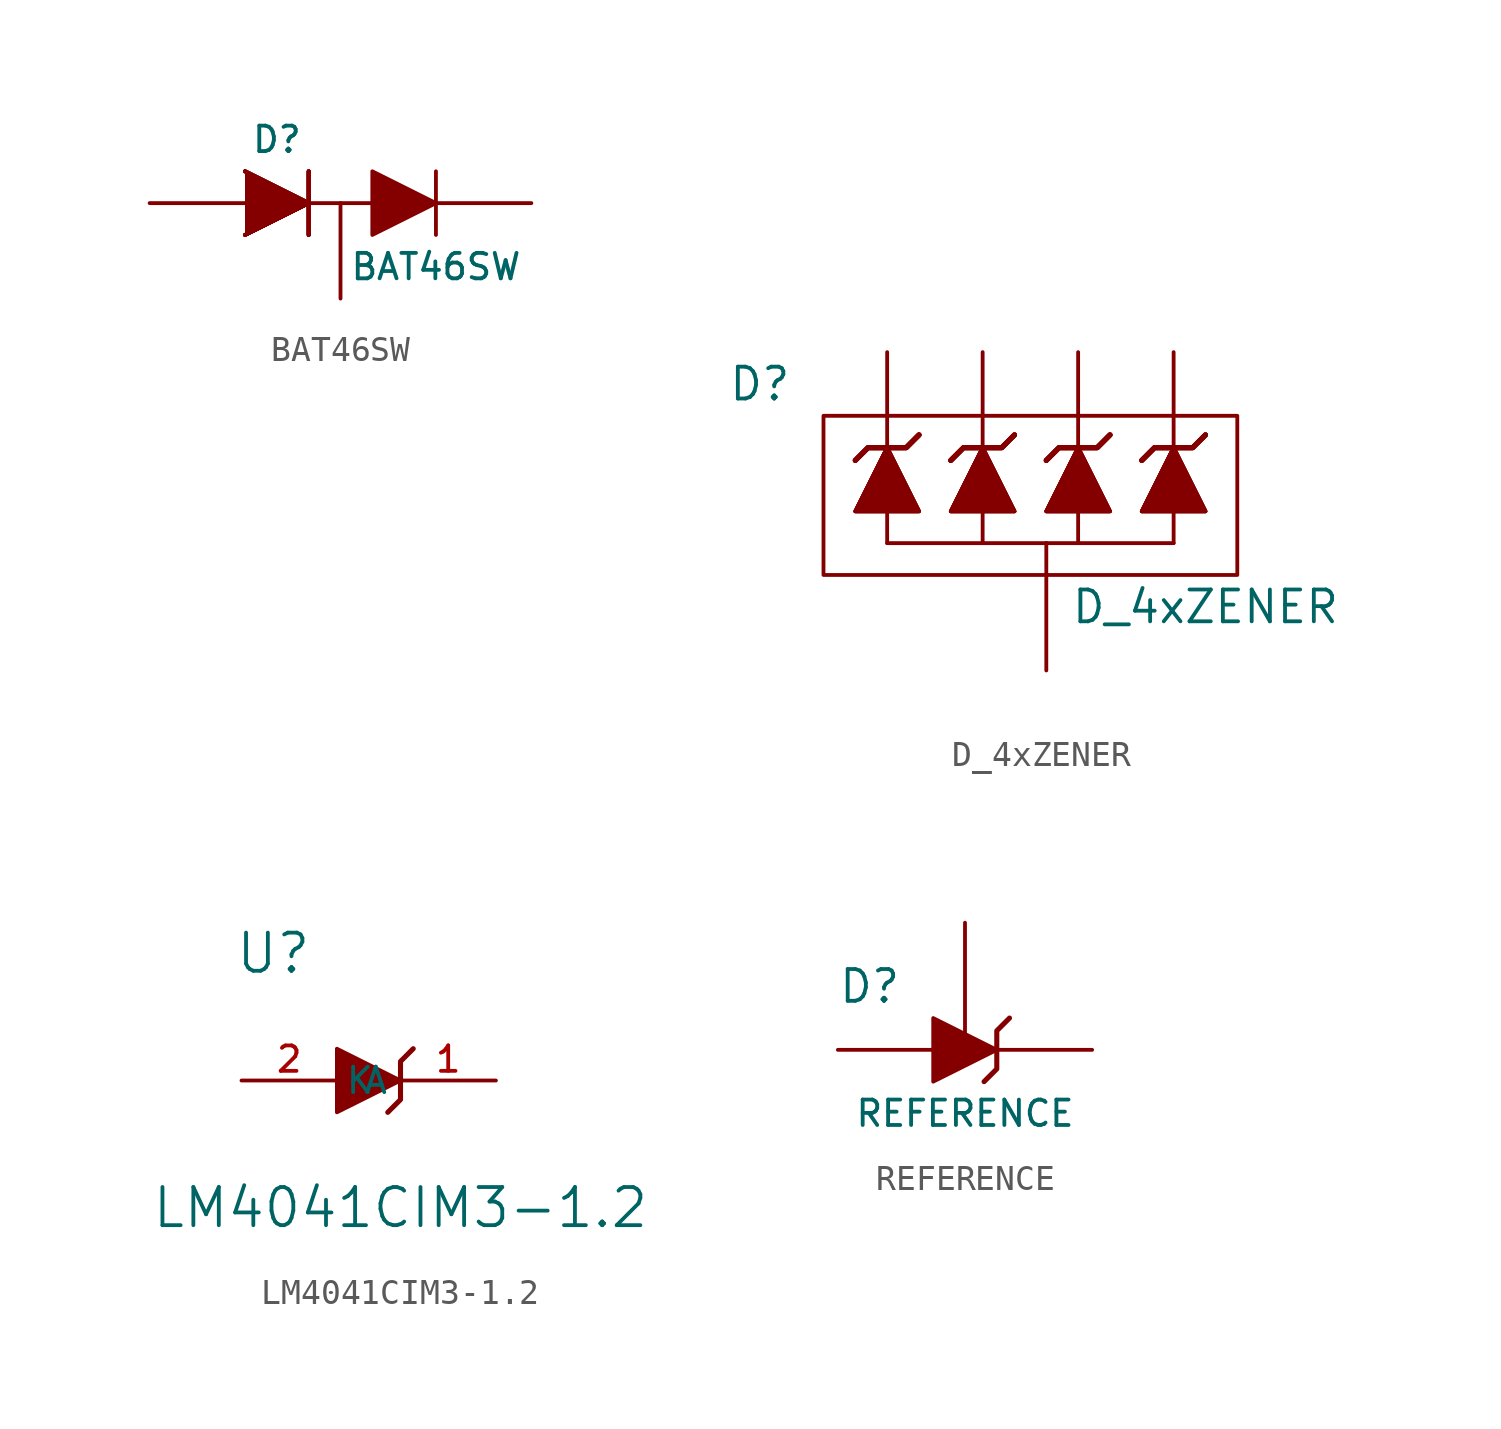
<source format=kicad_sym>
(kicad_symbol_lib
  (version 20211014)
  (generator kicad_symbol_editor)
  (symbol "BAT46SW"
    (pin_numbers hide)
    (pin_names
      (offset 1.016) hide)
    (property "Reference" "D"
      (at 20.32 -1.27 0)
      (effects (font (size 1.016 1.016))))
    (property "Value" "BAT46SW"
      (at 26.67 -6.35 0)
      (effects (font (size 1.016 1.016))))
    (property "Footprint" ""
      (at 20.32 -3.81 0)
      (effects (font (size 1.524 1.524))))
    (property "Datasheet" ""
      (at 20.32 -3.81 0)
      (effects (font (size 1.524 1.524))))
    (symbol "BAT46SW_0_1"
      (polyline (pts (xy 21.59 -2.54) (xy 21.59 -5.08)) (stroke (width 0.152) (type default) (color 0 0 0 0)) (fill (type none)))
      (polyline (pts (xy 21.59 -2.54) (xy 21.59 -5.08)) (stroke (width 0.152) (type default) (color 0 0 0 0)) (fill (type none)))
      (polyline (pts (xy 21.59 -2.54) (xy 21.59 -5.08)) (stroke (width 0.152) (type default) (color 0 0 0 0)) (fill (type none)))
      (polyline (pts (xy 21.59 -2.54) (xy 21.59 -5.08)) (stroke (width 0.152) (type default) (color 0 0 0 0)) (fill (type none)))
      (polyline (pts (xy 21.59 -2.54) (xy 21.59 -5.08)) (stroke (width 0.152) (type default) (color 0 0 0 0)) (fill (type none)))
      (polyline (pts (xy 21.59 -2.54) (xy 21.59 -5.08)) (stroke (width 0.152) (type default) (color 0 0 0 0)) (fill (type none)))
      (polyline (pts (xy 21.59 -2.54) (xy 21.59 -5.08)) (stroke (width 0.152) (type default) (color 0 0 0 0)) (fill (type none)))
      (polyline (pts (xy 21.59 -2.54) (xy 21.59 -5.08)) (stroke (width 0.152) (type default) (color 0 0 0 0)) (fill (type none)))
      (polyline (pts (xy 26.67 -2.54) (xy 26.67 -5.08)) (stroke (width 0) (type default) (color 0 0 0 0)) (fill (type none)))
      (polyline (pts (xy 19.05 -2.54) (xy 21.59 -3.81) (xy 19.05 -5.08)) (stroke (width 0) (type default) (color 0 0 0 0)) (fill (type outline)))
      (polyline (pts (xy 19.05 -2.54) (xy 21.59 -3.81) (xy 19.05 -5.08)) (stroke (width 0) (type default) (color 0 0 0 0)) (fill (type outline)))
      (polyline (pts (xy 19.05 -2.54) (xy 21.59 -3.81) (xy 19.05 -5.08)) (stroke (width 0) (type default) (color 0 0 0 0)) (fill (type outline)))
      (polyline (pts (xy 19.05 -2.54) (xy 21.59 -3.81) (xy 19.05 -5.08)) (stroke (width 0) (type default) (color 0 0 0 0)) (fill (type outline)))
      (polyline (pts (xy 19.05 -2.54) (xy 21.59 -3.81) (xy 19.05 -5.08)) (stroke (width 0) (type default) (color 0 0 0 0)) (fill (type outline)))
      (polyline (pts (xy 19.05 -2.54) (xy 21.59 -3.81) (xy 19.05 -5.08)) (stroke (width 0) (type default) (color 0 0 0 0)) (fill (type outline)))
      (polyline (pts (xy 19.05 -2.54) (xy 21.59 -3.81) (xy 19.05 -5.08)) (stroke (width 0) (type default) (color 0 0 0 0)) (fill (type outline)))
      (polyline (pts (xy 19.05 -2.54) (xy 21.59 -3.81) (xy 19.05 -5.08)) (stroke (width 0) (type default) (color 0 0 0 0)) (fill (type outline)))
      (polyline (pts (xy 24.13 -2.54) (xy 24.13 -5.08) (xy 26.67 -3.81) (xy 24.13 -2.54)) (stroke (width 0) (type default) (color 0 0 0 0)) (fill (type outline)))
      (rectangle (start 21.59 -3.81) (end 24.13 -3.81) (stroke (width 0) (type default) (color 0 0 0 0)) (fill (type none))))
    (symbol "BAT46SW_1_1"
      (pin passive line (at 15.24 -3.81 0) (length 3.81) (name "A" (effects (font (size 1.016 1.016)))) (number "1" (effects (font (size 1.016 1.016)))))
      (pin passive line (at 30.48 -3.81 180) (length 3.81) (name "A" (effects (font (size 1.016 1.016)))) (number "2" (effects (font (size 1.016 1.016)))))
      (pin passive line (at 22.86 -7.62 90) (length 3.81) (name "m" (effects (font (size 1.016 1.016)))) (number "3" (effects (font (size 1.016 1.016)))))))
  (symbol "D_4xZENER"
    (pin_numbers hide)
    (pin_names
      (offset 1.016) hide)
    (property "Reference" "D"
      (at -10.16 3.81 0)
      (effects (font (size 1.27 1.27))))
    (property "Value" "D_4xZENER"
      (at 7.62 -5.08 0)
      (effects (font (size 1.27 1.27))))
    (property "Footprint" ""
      (at 0 12.7 0)
      (effects (font (size 1.524 1.524))))
    (property "Datasheet" ""
      (at 0 12.7 0)
      (effects (font (size 1.524 1.524))))
    (symbol "D_4xZENER_0_1"
      (rectangle (start -7.62 2.54) (end 8.89 -3.81) (stroke (width 0) (type default) (color 0 0 0 0)) (fill (type none)))
      (rectangle (start -5.08 -2.54) (end 1.27 -2.54) (stroke (width 0) (type default) (color 0 0 0 0)) (fill (type none)))
      (rectangle (start -5.08 -1.27) (end -5.08 -2.54) (stroke (width 0) (type default) (color 0 0 0 0)) (fill (type none)))
      (rectangle (start -1.27 -1.27) (end -1.27 -2.54) (stroke (width 0) (type default) (color 0 0 0 0)) (fill (type none)))
      (polyline (pts (xy -5.08 1.27) (xy -3.81 -1.27) (xy -6.35 -1.27) (xy -5.08 1.27) (xy -5.08 1.27)) (stroke (width 0) (type default) (color 0 0 0 0)) (fill (type outline)))
      (polyline (pts (xy -5.08 1.27) (xy -3.81 -1.27) (xy -6.35 -1.27) (xy -5.08 1.27) (xy -5.08 1.27)) (stroke (width 0) (type default) (color 0 0 0 0)) (fill (type outline)))
      (polyline (pts (xy -5.08 1.27) (xy -3.81 -1.27) (xy -6.35 -1.27) (xy -5.08 1.27) (xy -5.08 1.27)) (stroke (width 0) (type default) (color 0 0 0 0)) (fill (type outline)))
      (polyline (pts (xy -5.08 1.27) (xy -3.81 -1.27) (xy -6.35 -1.27) (xy -5.08 1.27) (xy -5.08 1.27)) (stroke (width 0) (type default) (color 0 0 0 0)) (fill (type outline)))
      (polyline (pts (xy -3.81 1.778) (xy -4.318 1.27) (xy -5.842 1.27) (xy -6.35 0.762) (xy -6.35 0.762)) (stroke (width 0.203) (type default) (color 0 0 0 0)) (fill (type none)))
      (polyline (pts (xy -3.81 1.778) (xy -4.318 1.27) (xy -5.842 1.27) (xy -6.35 0.762) (xy -6.35 0.762)) (stroke (width 0.203) (type default) (color 0 0 0 0)) (fill (type none)))
      (polyline (pts (xy -3.81 1.778) (xy -4.318 1.27) (xy -5.842 1.27) (xy -6.35 0.762) (xy -6.35 0.762)) (stroke (width 0.203) (type default) (color 0 0 0 0)) (fill (type none)))
      (polyline (pts (xy -3.81 1.778) (xy -4.318 1.27) (xy -5.842 1.27) (xy -6.35 0.762) (xy -6.35 0.762)) (stroke (width 0.203) (type default) (color 0 0 0 0)) (fill (type none)))
      (polyline (pts (xy -1.27 1.27) (xy 0 -1.27) (xy -2.54 -1.27) (xy -1.27 1.27) (xy -1.27 1.27)) (stroke (width 0) (type default) (color 0 0 0 0)) (fill (type outline)))
      (polyline (pts (xy -1.27 1.27) (xy 0 -1.27) (xy -2.54 -1.27) (xy -1.27 1.27) (xy -1.27 1.27)) (stroke (width 0) (type default) (color 0 0 0 0)) (fill (type outline)))
      (polyline (pts (xy -1.27 1.27) (xy 0 -1.27) (xy -2.54 -1.27) (xy -1.27 1.27) (xy -1.27 1.27)) (stroke (width 0) (type default) (color 0 0 0 0)) (fill (type outline)))
      (polyline (pts (xy -1.27 1.27) (xy 0 -1.27) (xy -2.54 -1.27) (xy -1.27 1.27) (xy -1.27 1.27)) (stroke (width 0) (type default) (color 0 0 0 0)) (fill (type outline)))
      (polyline (pts (xy 0 1.778) (xy -0.508 1.27) (xy -2.032 1.27) (xy -2.54 0.762) (xy -2.54 0.762)) (stroke (width 0.203) (type default) (color 0 0 0 0)) (fill (type none)))
      (polyline (pts (xy 0 1.778) (xy -0.508 1.27) (xy -2.032 1.27) (xy -2.54 0.762) (xy -2.54 0.762)) (stroke (width 0.203) (type default) (color 0 0 0 0)) (fill (type none)))
      (polyline (pts (xy 0 1.778) (xy -0.508 1.27) (xy -2.032 1.27) (xy -2.54 0.762) (xy -2.54 0.762)) (stroke (width 0.203) (type default) (color 0 0 0 0)) (fill (type none)))
      (polyline (pts (xy 0 1.778) (xy -0.508 1.27) (xy -2.032 1.27) (xy -2.54 0.762) (xy -2.54 0.762)) (stroke (width 0.203) (type default) (color 0 0 0 0)) (fill (type none)))
      (polyline (pts (xy 2.54 1.27) (xy 3.81 -1.27) (xy 1.27 -1.27) (xy 2.54 1.27) (xy 2.54 1.27)) (stroke (width 0) (type default) (color 0 0 0 0)) (fill (type outline)))
      (polyline (pts (xy 2.54 1.27) (xy 3.81 -1.27) (xy 1.27 -1.27) (xy 2.54 1.27) (xy 2.54 1.27)) (stroke (width 0) (type default) (color 0 0 0 0)) (fill (type outline)))
      (polyline (pts (xy 2.54 1.27) (xy 3.81 -1.27) (xy 1.27 -1.27) (xy 2.54 1.27) (xy 2.54 1.27)) (stroke (width 0) (type default) (color 0 0 0 0)) (fill (type outline)))
      (polyline (pts (xy 2.54 1.27) (xy 3.81 -1.27) (xy 1.27 -1.27) (xy 2.54 1.27) (xy 2.54 1.27)) (stroke (width 0) (type default) (color 0 0 0 0)) (fill (type outline)))
      (polyline (pts (xy 3.81 1.778) (xy 3.302 1.27) (xy 1.778 1.27) (xy 1.27 0.762) (xy 1.27 0.762)) (stroke (width 0.203) (type default) (color 0 0 0 0)) (fill (type none)))
      (polyline (pts (xy 3.81 1.778) (xy 3.302 1.27) (xy 1.778 1.27) (xy 1.27 0.762) (xy 1.27 0.762)) (stroke (width 0.203) (type default) (color 0 0 0 0)) (fill (type none)))
      (polyline (pts (xy 3.81 1.778) (xy 3.302 1.27) (xy 1.778 1.27) (xy 1.27 0.762) (xy 1.27 0.762)) (stroke (width 0.203) (type default) (color 0 0 0 0)) (fill (type none)))
      (polyline (pts (xy 3.81 1.778) (xy 3.302 1.27) (xy 1.778 1.27) (xy 1.27 0.762) (xy 1.27 0.762)) (stroke (width 0.203) (type default) (color 0 0 0 0)) (fill (type none)))
      (polyline (pts (xy 6.35 1.27) (xy 7.62 -1.27) (xy 5.08 -1.27) (xy 6.35 1.27) (xy 6.35 1.27)) (stroke (width 0) (type default) (color 0 0 0 0)) (fill (type outline)))
      (polyline (pts (xy 6.35 1.27) (xy 7.62 -1.27) (xy 5.08 -1.27) (xy 6.35 1.27) (xy 6.35 1.27)) (stroke (width 0) (type default) (color 0 0 0 0)) (fill (type outline)))
      (polyline (pts (xy 6.35 1.27) (xy 7.62 -1.27) (xy 5.08 -1.27) (xy 6.35 1.27) (xy 6.35 1.27)) (stroke (width 0) (type default) (color 0 0 0 0)) (fill (type outline)))
      (polyline (pts (xy 6.35 1.27) (xy 7.62 -1.27) (xy 5.08 -1.27) (xy 6.35 1.27) (xy 6.35 1.27)) (stroke (width 0) (type default) (color 0 0 0 0)) (fill (type outline)))
      (polyline (pts (xy 7.62 1.778) (xy 7.112 1.27) (xy 5.588 1.27) (xy 5.08 0.762) (xy 5.08 0.762)) (stroke (width 0.203) (type default) (color 0 0 0 0)) (fill (type none)))
      (polyline (pts (xy 7.62 1.778) (xy 7.112 1.27) (xy 5.588 1.27) (xy 5.08 0.762) (xy 5.08 0.762)) (stroke (width 0.203) (type default) (color 0 0 0 0)) (fill (type none)))
      (polyline (pts (xy 7.62 1.778) (xy 7.112 1.27) (xy 5.588 1.27) (xy 5.08 0.762) (xy 5.08 0.762)) (stroke (width 0.203) (type default) (color 0 0 0 0)) (fill (type none)))
      (polyline (pts (xy 7.62 1.778) (xy 7.112 1.27) (xy 5.588 1.27) (xy 5.08 0.762) (xy 5.08 0.762)) (stroke (width 0.203) (type default) (color 0 0 0 0)) (fill (type none)))
      (rectangle (start 1.27 -2.54) (end 1.27 -3.81) (stroke (width 0) (type default) (color 0 0 0 0)) (fill (type none)))
      (rectangle (start 2.54 -1.27) (end 2.54 -2.54) (stroke (width 0) (type default) (color 0 0 0 0)) (fill (type none)))
      (rectangle (start 6.35 -2.54) (end 1.27 -2.54) (stroke (width 0) (type default) (color 0 0 0 0)) (fill (type none)))
      (rectangle (start 6.35 -1.27) (end 6.35 -2.54) (stroke (width 0) (type default) (color 0 0 0 0)) (fill (type none))))
    (symbol "D_4xZENER_1_1"
      (pin passive line (at -5.08 5.08 270) (length 3.81) (name "~" (effects (font (size 1.27 1.27)))) (number "1" (effects (font (size 1.27 1.27)))))
      (pin passive line (at 1.27 -7.62 90) (length 3.81) (name "~" (effects (font (size 1.27 1.27)))) (number "2" (effects (font (size 1.27 1.27)))))
      (pin passive line (at -1.27 5.08 270) (length 3.81) (name "~" (effects (font (size 1.27 1.27)))) (number "3" (effects (font (size 1.27 1.27)))))
      (pin passive line (at 2.54 5.08 270) (length 3.81) (name "~" (effects (font (size 1.27 1.27)))) (number "4" (effects (font (size 1.27 1.27)))))
      (pin passive line (at 6.35 5.08 270) (length 3.81) (name "~" (effects (font (size 1.27 1.27)))) (number "5" (effects (font (size 1.27 1.27)))))))
  (symbol "LM4041CIM3-1.2"
    (pin_names
      (offset 1.016))
    (property "Reference" "U"
      (at -3.81 5.08 0)
      (effects (font (size 1.524 1.524))))
    (property "Value" "LM4041CIM3-1.2"
      (at 1.27 -5.08 0)
      (effects (font (size 1.524 1.524))))
    (symbol "LM4041CIM3-1.2_1_1"
      (polyline (pts (xy 1.27 0) (xy -1.27 1.27) (xy -1.27 -1.27) (xy 1.27 0) (xy 1.27 0)) (stroke (width 0) (type default) (color 0 0 0 0)) (fill (type outline)))
      (polyline (pts (xy 1.778 1.27) (xy 1.27 0.762) (xy 1.27 -0.762) (xy 0.762 -1.27) (xy 0.762 -1.27)) (stroke (width 0.203) (type default) (color 0 0 0 0)) (fill (type none)))
      (pin passive line (at 5.08 0 180) (length 3.81) (name "K" (effects (font (size 1.016 1.016)))) (number "1" (effects (font (size 1.016 1.016)))))
      (pin passive line (at -5.08 0 0) (length 3.81) (name "A" (effects (font (size 1.016 1.016)))) (number "2" (effects (font (size 1.016 1.016)))))))
  (symbol "REFERENCE"
    (pin_numbers hide)
    (pin_names
      (offset 1.016) hide)
    (property "Reference" "D"
      (at -3.81 2.54 0)
      (effects (font (size 1.27 1.27))))
    (property "Value" "REFERENCE"
      (at 0 -2.54 0)
      (effects (font (size 1.016 1.016))))
    (property "Footprint" ""
      (at 0 0 0)
      (effects (font (size 1.524 1.524))))
    (property "Datasheet" ""
      (at 0 0 0)
      (effects (font (size 1.524 1.524))))
    (symbol "REFERENCE_0_1"
      (polyline (pts (xy 1.27 0) (xy -1.27 1.27) (xy -1.27 -1.27) (xy 1.27 0) (xy 1.27 0)) (stroke (width 0) (type default) (color 0 0 0 0)) (fill (type outline)))
      (polyline (pts (xy 1.778 1.27) (xy 1.27 0.762) (xy 1.27 -0.762) (xy 0.762 -1.27) (xy 0.762 -1.27)) (stroke (width 0.203) (type default) (color 0 0 0 0)) (fill (type none))))
    (symbol "REFERENCE_1_1"
      (pin passive line (at 5.08 0 180) (length 3.81) (name "K" (effects (font (size 1.016 1.016)))) (number "1" (effects (font (size 1.016 1.016)))))
      (pin unspecified line (at 0 5.08 270) (length 5.08) (name "~" (effects (font (size 1.27 1.27)))) (number "2" (effects (font (size 1.27 1.27)))))
      (pin passive line (at -5.08 0 0) (length 3.81) (name "A" (effects (font (size 1.016 1.016)))) (number "3" (effects (font (size 1.016 1.016))))))))
</source>
